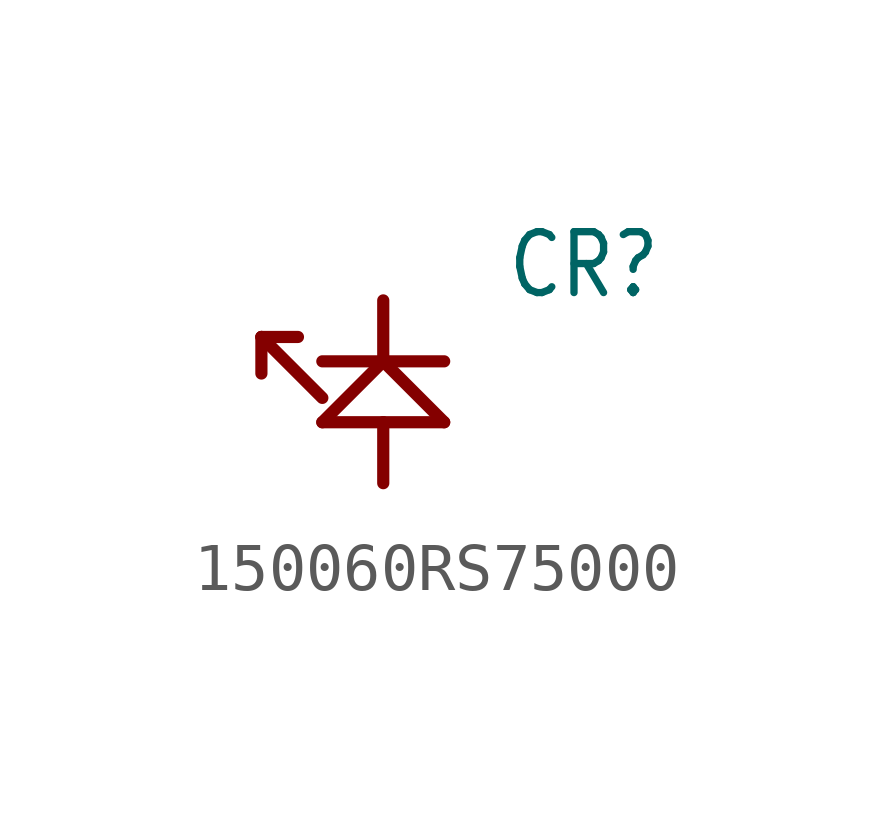
<source format=kicad_sym>
(kicad_symbol_lib
  (version 20231120)
  (generator "kicad_symbol_editor")
  (generator_version "8.0")
  (symbol "150060RS75000"
    (property "Reference" "CR"
      (at 2.54 2.54 0)
      (effects (font (size 1.27 1.079)) (justify left bottom)))
    (property "Value" ""
      (at 2.54 0 0)
      (effects (font (size 1.27 1.079)) (justify left bottom)))
    (property "ki_locked" ""
      (at 0 0 0)
      (effects (font (size 1.27 1.27))))
    (symbol "150060RS75000_1_0"
      (polyline (pts (xy -2.54 1.778) (xy -2.54 1.016)) (stroke (width 0.254) (type solid)) (fill (type none)))
      (polyline (pts (xy -1.778 1.778) (xy -2.54 1.778)) (stroke (width 0.254) (type solid)) (fill (type none)))
      (polyline (pts (xy -1.27 0) (xy 0 0)) (stroke (width 0.254) (type solid)) (fill (type none)))
      (polyline (pts (xy -1.27 0.508) (xy -2.54 1.778)) (stroke (width 0.254) (type solid)) (fill (type none)))
      (polyline (pts (xy -1.27 1.27) (xy 0 1.27)) (stroke (width 0.254) (type solid)) (fill (type none)))
      (polyline (pts (xy 0 0) (xy 0 -1.27)) (stroke (width 0.254) (type solid)) (fill (type none)))
      (polyline (pts (xy 0 0) (xy 1.27 0)) (stroke (width 0.254) (type solid)) (fill (type none)))
      (polyline (pts (xy 0 1.27) (xy -1.27 0)) (stroke (width 0.254) (type solid)) (fill (type none)))
      (polyline (pts (xy 0 1.27) (xy 0 2.54)) (stroke (width 0.254) (type solid)) (fill (type none)))
      (polyline (pts (xy 0 1.27) (xy 1.27 1.27)) (stroke (width 0.254) (type solid)) (fill (type none)))
      (polyline (pts (xy 1.27 0) (xy 0 1.27)) (stroke (width 0.254) (type solid)) (fill (type none)))
      (pin bidirectional line (at 0 -1.27 0) (length 0) (name "A" (effects (font (size 0 0)))) (number "A" (effects (font (size 0 0)))))
      (pin bidirectional line (at 0 2.54 0) (length 0) (name "K" (effects (font (size 0 0)))) (number "K" (effects (font (size 0 0))))))))
</source>
